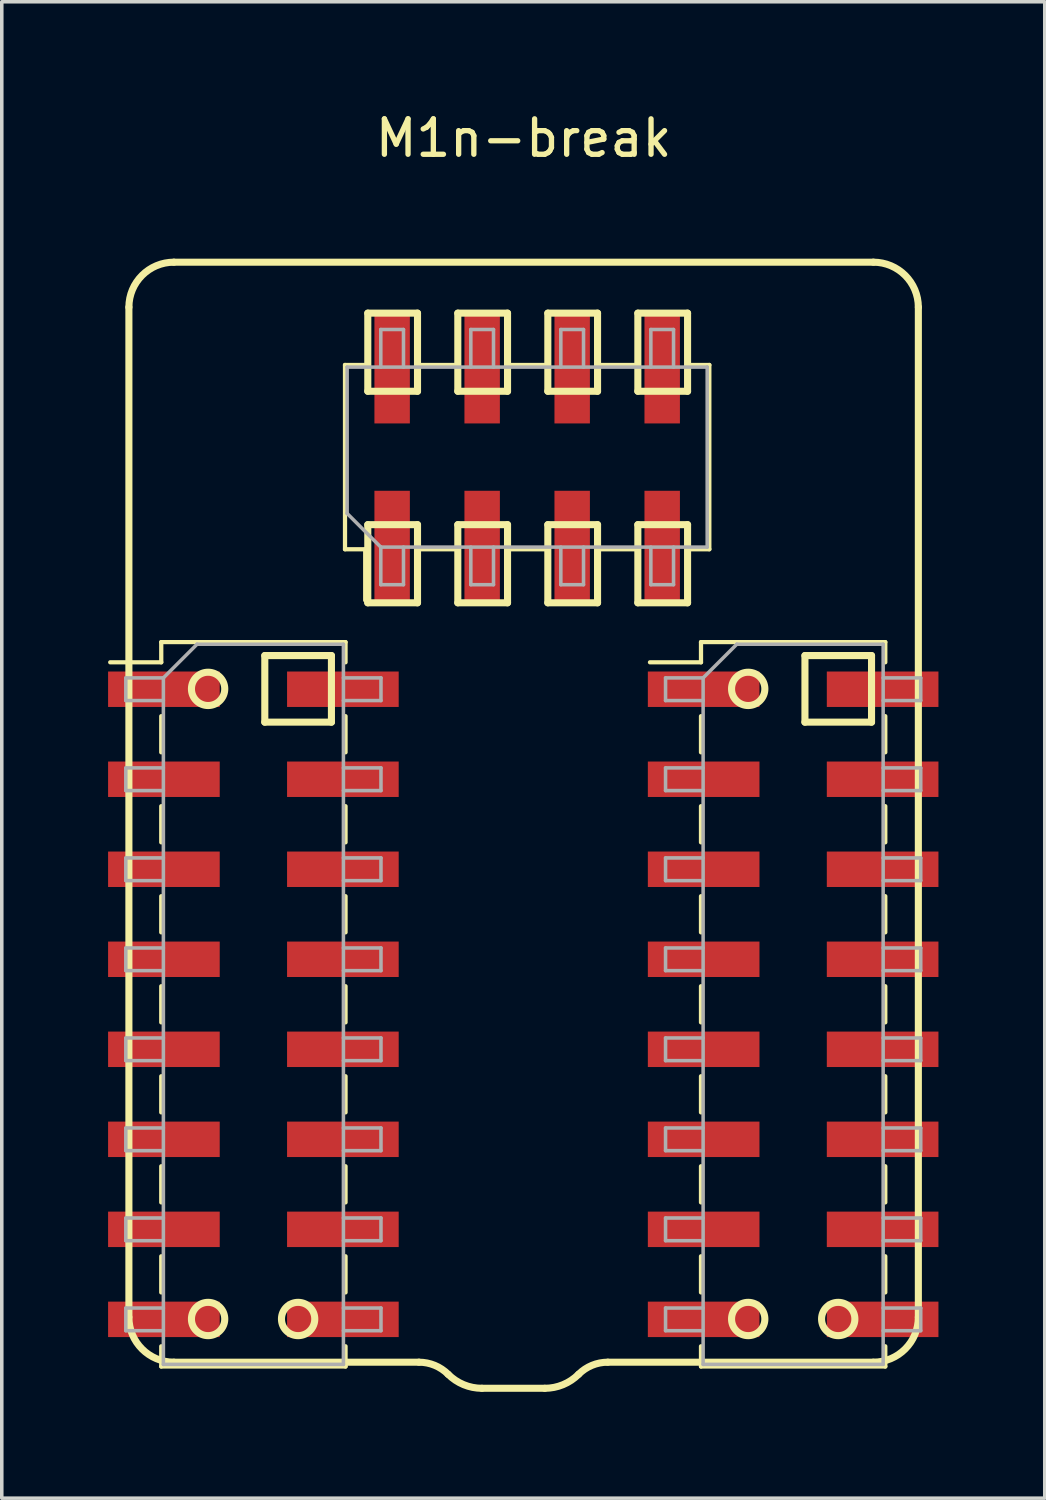
<source format=kicad_pcb>
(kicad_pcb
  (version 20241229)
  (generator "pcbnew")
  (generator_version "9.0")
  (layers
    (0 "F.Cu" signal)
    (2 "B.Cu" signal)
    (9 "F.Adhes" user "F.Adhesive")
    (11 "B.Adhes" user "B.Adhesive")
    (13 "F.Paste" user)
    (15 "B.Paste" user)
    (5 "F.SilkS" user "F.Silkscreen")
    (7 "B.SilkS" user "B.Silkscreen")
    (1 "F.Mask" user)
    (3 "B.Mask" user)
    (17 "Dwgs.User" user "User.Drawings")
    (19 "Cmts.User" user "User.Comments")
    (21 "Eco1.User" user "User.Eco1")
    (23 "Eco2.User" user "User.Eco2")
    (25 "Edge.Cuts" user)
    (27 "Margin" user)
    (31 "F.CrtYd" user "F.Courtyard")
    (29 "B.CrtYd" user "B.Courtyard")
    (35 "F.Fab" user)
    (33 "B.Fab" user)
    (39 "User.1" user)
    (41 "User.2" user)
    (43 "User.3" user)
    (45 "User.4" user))
  (footprint "M1n-break"
    (layer "F.Cu")
    (at 11.725 4.348)
    (property "Reference" "M1n-break" (at 0 -3.5 0) (unlocked yes) (layer "F.SilkS") (effects (font (size 1 1) (thickness 0.15))))
    (attr smd)
    (fp_line (start -11.665 11.29) (end -10.225 11.29) (stroke (width 0.12) (type solid)) (layer "F.SilkS"))
    (fp_line (start -11.138 1.27) (end -11.138 29.769) (stroke (width 0.2) (type solid)) (layer "F.SilkS"))
    (fp_line (start -10.225 10.72) (end -10.225 11.29) (stroke (width 0.12) (type solid)) (layer "F.SilkS"))
    (fp_line (start -10.225 10.72) (end -5.025 10.72) (stroke (width 0.12) (type solid)) (layer "F.SilkS"))
    (fp_line (start -10.225 12.81) (end -10.225 13.83) (stroke (width 0.12) (type solid)) (layer "F.SilkS"))
    (fp_line (start -10.225 15.35) (end -10.225 16.37) (stroke (width 0.12) (type solid)) (layer "F.SilkS"))
    (fp_line (start -10.225 17.89) (end -10.225 18.91) (stroke (width 0.12) (type solid)) (layer "F.SilkS"))
    (fp_line (start -10.225 20.43) (end -10.225 21.45) (stroke (width 0.12) (type solid)) (layer "F.SilkS"))
    (fp_line (start -10.225 22.97) (end -10.225 23.99) (stroke (width 0.12) (type solid)) (layer "F.SilkS"))
    (fp_line (start -10.225 25.51) (end -10.225 26.53) (stroke (width 0.12) (type solid)) (layer "F.SilkS"))
    (fp_line (start -10.225 28.05) (end -10.225 29.07) (stroke (width 0.12) (type solid)) (layer "F.SilkS"))
    (fp_line (start -10.225 30.59) (end -10.225 31.16) (stroke (width 0.12) (type solid)) (layer "F.SilkS"))
    (fp_line (start -10.225 31.16) (end -5.025 31.16) (stroke (width 0.12) (type solid)) (layer "F.SilkS"))
    (fp_line (start -7.303 11.1) (end -5.423 11.1) (stroke (width 0.2) (type solid)) (layer "F.SilkS"))
    (fp_line (start -7.303 12.979) (end -7.303 11.1) (stroke (width 0.2) (type solid)) (layer "F.SilkS"))
    (fp_line (start -5.423 11.1) (end -5.423 12.979) (stroke (width 0.2) (type solid)) (layer "F.SilkS"))
    (fp_line (start -5.423 12.979) (end -7.303 12.979) (stroke (width 0.2) (type solid)) (layer "F.SilkS"))
    (fp_line (start -5.04 2.9) (end -4.47 2.9) (stroke (width 0.12) (type solid)) (layer "F.SilkS"))
    (fp_line (start -5.04 8.1) (end -5.04 2.9) (stroke (width 0.12) (type solid)) (layer "F.SilkS"))
    (fp_line (start -5.04 8.1) (end -4.47 8.1) (stroke (width 0.12) (type solid)) (layer "F.SilkS"))
    (fp_line (start -5.025 10.72) (end -5.025 11.29) (stroke (width 0.12) (type solid)) (layer "F.SilkS"))
    (fp_line (start -5.025 12.81) (end -5.025 13.83) (stroke (width 0.12) (type solid)) (layer "F.SilkS"))
    (fp_line (start -5.025 15.35) (end -5.025 16.37) (stroke (width 0.12) (type solid)) (layer "F.SilkS"))
    (fp_line (start -5.025 17.89) (end -5.025 18.91) (stroke (width 0.12) (type solid)) (layer "F.SilkS"))
    (fp_line (start -5.025 20.43) (end -5.025 21.45) (stroke (width 0.12) (type solid)) (layer "F.SilkS"))
    (fp_line (start -5.025 22.97) (end -5.025 23.99) (stroke (width 0.12) (type solid)) (layer "F.SilkS"))
    (fp_line (start -5.025 25.51) (end -5.025 26.53) (stroke (width 0.12) (type solid)) (layer "F.SilkS"))
    (fp_line (start -5.025 28.05) (end -5.025 29.07) (stroke (width 0.12) (type solid)) (layer "F.SilkS"))
    (fp_line (start -5.025 30.59) (end -5.025 31.16) (stroke (width 0.12) (type solid)) (layer "F.SilkS"))
    (fp_line (start -4.47 9.54) (end -4.47 8.1) (stroke (width 0.12) (type solid)) (layer "F.SilkS"))
    (fp_line (start -4.397 1.438) (end -2.994 1.438) (stroke (width 0.2) (type solid)) (layer "F.SilkS"))
    (fp_line (start -4.397 3.642) (end -4.397 1.438) (stroke (width 0.2) (type solid)) (layer "F.SilkS"))
    (fp_line (start -4.397 7.407) (end -2.994 7.407) (stroke (width 0.2) (type solid)) (layer "F.SilkS"))
    (fp_line (start -4.397 9.611) (end -4.397 7.407) (stroke (width 0.2) (type solid)) (layer "F.SilkS"))
    (fp_line (start -2.994 1.438) (end -2.994 3.642) (stroke (width 0.2) (type solid)) (layer "F.SilkS"))
    (fp_line (start -2.994 3.642) (end -4.397 3.642) (stroke (width 0.2) (type solid)) (layer "F.SilkS"))
    (fp_line (start -2.994 7.407) (end -2.994 9.611) (stroke (width 0.2) (type solid)) (layer "F.SilkS"))
    (fp_line (start -2.994 9.611) (end -4.397 9.611) (stroke (width 0.2) (type solid)) (layer "F.SilkS"))
    (fp_line (start -2.954 31.039) (end -9.868 31.039) (stroke (width 0.2) (type solid)) (layer "F.SilkS"))
    (fp_line (start -2.95 2.9) (end -1.93 2.9) (stroke (width 0.12) (type solid)) (layer "F.SilkS"))
    (fp_line (start -2.95 8.1) (end -1.93 8.1) (stroke (width 0.12) (type solid)) (layer "F.SilkS"))
    (fp_line (start -1.857 1.438) (end -0.454 1.438) (stroke (width 0.2) (type solid)) (layer "F.SilkS"))
    (fp_line (start -1.857 3.642) (end -1.857 1.438) (stroke (width 0.2) (type solid)) (layer "F.SilkS"))
    (fp_line (start -1.857 7.407) (end -0.454 7.407) (stroke (width 0.2) (type solid)) (layer "F.SilkS"))
    (fp_line (start -1.857 9.611) (end -1.857 7.407) (stroke (width 0.2) (type solid)) (layer "F.SilkS"))
    (fp_line (start -0.454 1.438) (end -0.454 3.642) (stroke (width 0.2) (type solid)) (layer "F.SilkS"))
    (fp_line (start -0.454 3.642) (end -1.857 3.642) (stroke (width 0.2) (type solid)) (layer "F.SilkS"))
    (fp_line (start -0.454 7.407) (end -0.454 9.611) (stroke (width 0.2) (type solid)) (layer "F.SilkS"))
    (fp_line (start -0.454 9.611) (end -1.857 9.611) (stroke (width 0.2) (type solid)) (layer "F.SilkS"))
    (fp_line (start -0.41 2.9) (end 0.61 2.9) (stroke (width 0.12) (type solid)) (layer "F.SilkS"))
    (fp_line (start -0.41 8.1) (end 0.61 8.1) (stroke (width 0.12) (type solid)) (layer "F.SilkS"))
    (fp_line (start 0.597 31.775) (end -1.176 31.775) (stroke (width 0.2) (type solid)) (layer "F.SilkS"))
    (fp_line (start 0.683 1.438) (end 2.086 1.438) (stroke (width 0.2) (type solid)) (layer "F.SilkS"))
    (fp_line (start 0.683 3.642) (end 0.683 1.438) (stroke (width 0.2) (type solid)) (layer "F.SilkS"))
    (fp_line (start 0.683 7.407) (end 2.086 7.407) (stroke (width 0.2) (type solid)) (layer "F.SilkS"))
    (fp_line (start 0.683 9.611) (end 0.683 7.407) (stroke (width 0.2) (type solid)) (layer "F.SilkS"))
    (fp_line (start 2.086 1.438) (end 2.086 3.642) (stroke (width 0.2) (type solid)) (layer "F.SilkS"))
    (fp_line (start 2.086 3.642) (end 0.683 3.642) (stroke (width 0.2) (type solid)) (layer "F.SilkS"))
    (fp_line (start 2.086 7.407) (end 2.086 9.611) (stroke (width 0.2) (type solid)) (layer "F.SilkS"))
    (fp_line (start 2.086 9.611) (end 0.683 9.611) (stroke (width 0.2) (type solid)) (layer "F.SilkS"))
    (fp_line (start 2.13 2.9) (end 3.15 2.9) (stroke (width 0.12) (type solid)) (layer "F.SilkS"))
    (fp_line (start 2.13 8.1) (end 3.15 8.1) (stroke (width 0.12) (type solid)) (layer "F.SilkS"))
    (fp_line (start 3.223 1.438) (end 4.626 1.438) (stroke (width 0.2) (type solid)) (layer "F.SilkS"))
    (fp_line (start 3.223 3.642) (end 3.223 1.438) (stroke (width 0.2) (type solid)) (layer "F.SilkS"))
    (fp_line (start 3.223 7.407) (end 4.626 7.407) (stroke (width 0.2) (type solid)) (layer "F.SilkS"))
    (fp_line (start 3.223 9.611) (end 3.223 7.407) (stroke (width 0.2) (type solid)) (layer "F.SilkS"))
    (fp_line (start 3.565 11.29) (end 5.005 11.29) (stroke (width 0.12) (type solid)) (layer "F.SilkS"))
    (fp_line (start 4.626 1.438) (end 4.626 3.642) (stroke (width 0.2) (type solid)) (layer "F.SilkS"))
    (fp_line (start 4.626 3.642) (end 3.223 3.642) (stroke (width 0.2) (type solid)) (layer "F.SilkS"))
    (fp_line (start 4.626 7.407) (end 4.626 9.611) (stroke (width 0.2) (type solid)) (layer "F.SilkS"))
    (fp_line (start 4.626 9.611) (end 3.223 9.611) (stroke (width 0.2) (type solid)) (layer "F.SilkS"))
    (fp_line (start 4.67 2.9) (end 5.24 2.9) (stroke (width 0.12) (type solid)) (layer "F.SilkS"))
    (fp_line (start 4.67 8.1) (end 5.24 8.1) (stroke (width 0.12) (type solid)) (layer "F.SilkS"))
    (fp_line (start 5.005 10.72) (end 5.005 11.29) (stroke (width 0.12) (type solid)) (layer "F.SilkS"))
    (fp_line (start 5.005 10.72) (end 10.205 10.72) (stroke (width 0.12) (type solid)) (layer "F.SilkS"))
    (fp_line (start 5.005 12.81) (end 5.005 13.83) (stroke (width 0.12) (type solid)) (layer "F.SilkS"))
    (fp_line (start 5.005 15.35) (end 5.005 16.37) (stroke (width 0.12) (type solid)) (layer "F.SilkS"))
    (fp_line (start 5.005 17.89) (end 5.005 18.91) (stroke (width 0.12) (type solid)) (layer "F.SilkS"))
    (fp_line (start 5.005 20.43) (end 5.005 21.45) (stroke (width 0.12) (type solid)) (layer "F.SilkS"))
    (fp_line (start 5.005 22.97) (end 5.005 23.99) (stroke (width 0.12) (type solid)) (layer "F.SilkS"))
    (fp_line (start 5.005 25.51) (end 5.005 26.53) (stroke (width 0.12) (type solid)) (layer "F.SilkS"))
    (fp_line (start 5.005 28.05) (end 5.005 29.07) (stroke (width 0.12) (type solid)) (layer "F.SilkS"))
    (fp_line (start 5.005 30.59) (end 5.005 31.16) (stroke (width 0.12) (type solid)) (layer "F.SilkS"))
    (fp_line (start 5.005 31.16) (end 10.205 31.16) (stroke (width 0.12) (type solid)) (layer "F.SilkS"))
    (fp_line (start 5.24 8.1) (end 5.24 2.9) (stroke (width 0.12) (type solid)) (layer "F.SilkS"))
    (fp_line (start 7.938 11.1) (end 9.817 11.1) (stroke (width 0.2) (type solid)) (layer "F.SilkS"))
    (fp_line (start 7.938 12.979) (end 7.938 11.1) (stroke (width 0.2) (type solid)) (layer "F.SilkS"))
    (fp_line (start 9.817 11.1) (end 9.817 12.979) (stroke (width 0.2) (type solid)) (layer "F.SilkS"))
    (fp_line (start 9.817 12.979) (end 7.938 12.979) (stroke (width 0.2) (type solid)) (layer "F.SilkS"))
    (fp_line (start 9.868 -0.000001) (end -9.868 0.000002) (stroke (width 0.2) (type solid)) (layer "F.SilkS"))
    (fp_line (start 9.868 31.039) (end 2.375 31.039) (stroke (width 0.2) (type solid)) (layer "F.SilkS"))
    (fp_line (start 10.205 10.72) (end 10.205 11.29) (stroke (width 0.12) (type solid)) (layer "F.SilkS"))
    (fp_line (start 10.205 12.81) (end 10.205 13.83) (stroke (width 0.12) (type solid)) (layer "F.SilkS"))
    (fp_line (start 10.205 15.35) (end 10.205 16.37) (stroke (width 0.12) (type solid)) (layer "F.SilkS"))
    (fp_line (start 10.205 17.89) (end 10.205 18.91) (stroke (width 0.12) (type solid)) (layer "F.SilkS"))
    (fp_line (start 10.205 20.43) (end 10.205 21.45) (stroke (width 0.12) (type solid)) (layer "F.SilkS"))
    (fp_line (start 10.205 22.97) (end 10.205 23.99) (stroke (width 0.12) (type solid)) (layer "F.SilkS"))
    (fp_line (start 10.205 25.51) (end 10.205 26.53) (stroke (width 0.12) (type solid)) (layer "F.SilkS"))
    (fp_line (start 10.205 28.05) (end 10.205 29.07) (stroke (width 0.12) (type solid)) (layer "F.SilkS"))
    (fp_line (start 10.205 30.59) (end 10.205 31.16) (stroke (width 0.12) (type solid)) (layer "F.SilkS"))
    (fp_line (start 11.138 1.27) (end 11.138 29.769) (stroke (width 0.2) (type solid)) (layer "F.SilkS"))
    (fp_arc (start -11.1379 1.270002) (mid -10.765926 0.371976) (end -9.8679 0.000002) (stroke (width 0.2) (type solid)) (layer "F.SilkS"))
    (fp_arc (start -9.8679 31.038802) (mid -10.765926 30.666828) (end -11.1379 29.768802) (stroke (width 0.2) (type solid)) (layer "F.SilkS"))
    (fp_arc (start -2.953995 31.038802) (mid -2.508131 31.12749) (end -2.130146 31.380051) (stroke (width 0.2) (type solid)) (layer "F.SilkS"))
    (fp_arc (start -1.175685 31.775402) (mid -1.692236 31.672654) (end -2.130146 31.380051) (stroke (width 0.2) (type solid)) (layer "F.SilkS"))
    (fp_arc (start 1.551051 31.380051) (mid 1.113141 31.672654) (end 0.59659 31.775402) (stroke (width 0.2) (type solid)) (layer "F.SilkS"))
    (fp_arc (start 1.551051 31.380051) (mid 1.929036 31.127488) (end 2.3749 31.038802) (stroke (width 0.2) (type solid)) (layer "F.SilkS"))
    (fp_arc (start 9.8679 0.000002) (mid 10.765928 0.371975) (end 11.1379 1.270002) (stroke (width 0.2) (type solid)) (layer "F.SilkS"))
    (fp_arc (start 11.1379 29.768802) (mid 10.765925 30.666825) (end 9.8679 31.038802) (stroke (width 0.2) (type solid)) (layer "F.SilkS"))
    (fp_circle (center -8.903 12.04) (end -9.373 12.04) (stroke (width 0.2) (type solid)) (fill no) (layer "F.SilkS"))
    (fp_circle (center -8.903 29.82) (end -9.373 29.82) (stroke (width 0.2) (type solid)) (fill no) (layer "F.SilkS"))
    (fp_circle (center -6.363 29.82) (end -6.833 29.82) (stroke (width 0.2) (type solid)) (fill no) (layer "F.SilkS"))
    (fp_circle (center 6.337 12.04) (end 5.867 12.04) (stroke (width 0.2) (type solid)) (fill no) (layer "F.SilkS"))
    (fp_circle (center 6.337 29.82) (end 5.867 29.82) (stroke (width 0.2) (type solid)) (fill no) (layer "F.SilkS"))
    (fp_circle (center 8.877 29.82) (end 8.407 29.82) (stroke (width 0.2) (type solid)) (fill no) (layer "F.SilkS"))
    (fp_line (start -11.225 11.73) (end -11.225 12.37) (stroke (width 0.1) (type solid)) (layer "F.Fab"))
    (fp_line (start -11.225 12.37) (end -10.165 12.37) (stroke (width 0.1) (type solid)) (layer "F.Fab"))
    (fp_line (start -11.225 14.27) (end -11.225 14.91) (stroke (width 0.1) (type solid)) (layer "F.Fab"))
    (fp_line (start -11.225 14.91) (end -10.165 14.91) (stroke (width 0.1) (type solid)) (layer "F.Fab"))
    (fp_line (start -11.225 16.81) (end -11.225 17.45) (stroke (width 0.1) (type solid)) (layer "F.Fab"))
    (fp_line (start -11.225 17.45) (end -10.165 17.45) (stroke (width 0.1) (type solid)) (layer "F.Fab"))
    (fp_line (start -11.225 19.35) (end -11.225 19.99) (stroke (width 0.1) (type solid)) (layer "F.Fab"))
    (fp_line (start -11.225 19.99) (end -10.165 19.99) (stroke (width 0.1) (type solid)) (layer "F.Fab"))
    (fp_line (start -11.225 21.89) (end -11.225 22.53) (stroke (width 0.1) (type solid)) (layer "F.Fab"))
    (fp_line (start -11.225 22.53) (end -10.165 22.53) (stroke (width 0.1) (type solid)) (layer "F.Fab"))
    (fp_line (start -11.225 24.43) (end -11.225 25.07) (stroke (width 0.1) (type solid)) (layer "F.Fab"))
    (fp_line (start -11.225 25.07) (end -10.165 25.07) (stroke (width 0.1) (type solid)) (layer "F.Fab"))
    (fp_line (start -11.225 26.97) (end -11.225 27.61) (stroke (width 0.1) (type solid)) (layer "F.Fab"))
    (fp_line (start -11.225 27.61) (end -10.165 27.61) (stroke (width 0.1) (type solid)) (layer "F.Fab"))
    (fp_line (start -11.225 29.51) (end -11.225 30.15) (stroke (width 0.1) (type solid)) (layer "F.Fab"))
    (fp_line (start -11.225 30.15) (end -10.165 30.15) (stroke (width 0.1) (type solid)) (layer "F.Fab"))
    (fp_line (start -10.165 11.73) (end -11.225 11.73) (stroke (width 0.1) (type solid)) (layer "F.Fab"))
    (fp_line (start -10.165 11.73) (end -9.215 10.78) (stroke (width 0.1) (type solid)) (layer "F.Fab"))
    (fp_line (start -10.165 14.27) (end -11.225 14.27) (stroke (width 0.1) (type solid)) (layer "F.Fab"))
    (fp_line (start -10.165 16.81) (end -11.225 16.81) (stroke (width 0.1) (type solid)) (layer "F.Fab"))
    (fp_line (start -10.165 19.35) (end -11.225 19.35) (stroke (width 0.1) (type solid)) (layer "F.Fab"))
    (fp_line (start -10.165 21.89) (end -11.225 21.89) (stroke (width 0.1) (type solid)) (layer "F.Fab"))
    (fp_line (start -10.165 24.43) (end -11.225 24.43) (stroke (width 0.1) (type solid)) (layer "F.Fab"))
    (fp_line (start -10.165 26.97) (end -11.225 26.97) (stroke (width 0.1) (type solid)) (layer "F.Fab"))
    (fp_line (start -10.165 29.51) (end -11.225 29.51) (stroke (width 0.1) (type solid)) (layer "F.Fab"))
    (fp_line (start -10.165 31.1) (end -10.165 11.73) (stroke (width 0.1) (type solid)) (layer "F.Fab"))
    (fp_line (start -9.215 10.78) (end -5.085 10.78) (stroke (width 0.1) (type solid)) (layer "F.Fab"))
    (fp_line (start -5.085 10.78) (end -5.085 31.1) (stroke (width 0.1) (type solid)) (layer "F.Fab"))
    (fp_line (start -5.085 11.73) (end -4.025 11.73) (stroke (width 0.1) (type solid)) (layer "F.Fab"))
    (fp_line (start -5.085 14.27) (end -4.025 14.27) (stroke (width 0.1) (type solid)) (layer "F.Fab"))
    (fp_line (start -5.085 16.81) (end -4.025 16.81) (stroke (width 0.1) (type solid)) (layer "F.Fab"))
    (fp_line (start -5.085 19.35) (end -4.025 19.35) (stroke (width 0.1) (type solid)) (layer "F.Fab"))
    (fp_line (start -5.085 21.89) (end -4.025 21.89) (stroke (width 0.1) (type solid)) (layer "F.Fab"))
    (fp_line (start -5.085 24.43) (end -4.025 24.43) (stroke (width 0.1) (type solid)) (layer "F.Fab"))
    (fp_line (start -5.085 26.97) (end -4.025 26.97) (stroke (width 0.1) (type solid)) (layer "F.Fab"))
    (fp_line (start -5.085 29.51) (end -4.025 29.51) (stroke (width 0.1) (type solid)) (layer "F.Fab"))
    (fp_line (start -5.085 31.1) (end -10.165 31.1) (stroke (width 0.1) (type solid)) (layer "F.Fab"))
    (fp_line (start -4.98 2.96) (end 5.18 2.96) (stroke (width 0.1) (type solid)) (layer "F.Fab"))
    (fp_line (start -4.98 7.09) (end -4.98 2.96) (stroke (width 0.1) (type solid)) (layer "F.Fab"))
    (fp_line (start -4.03 1.9) (end -3.39 1.9) (stroke (width 0.1) (type solid)) (layer "F.Fab"))
    (fp_line (start -4.03 2.96) (end -4.03 1.9) (stroke (width 0.1) (type solid)) (layer "F.Fab"))
    (fp_line (start -4.03 8.04) (end -4.98 7.09) (stroke (width 0.1) (type solid)) (layer "F.Fab"))
    (fp_line (start -4.03 8.04) (end -4.03 9.1) (stroke (width 0.1) (type solid)) (layer "F.Fab"))
    (fp_line (start -4.03 9.1) (end -3.39 9.1) (stroke (width 0.1) (type solid)) (layer "F.Fab"))
    (fp_line (start -4.025 11.73) (end -4.025 12.37) (stroke (width 0.1) (type solid)) (layer "F.Fab"))
    (fp_line (start -4.025 12.37) (end -5.085 12.37) (stroke (width 0.1) (type solid)) (layer "F.Fab"))
    (fp_line (start -4.025 14.27) (end -4.025 14.91) (stroke (width 0.1) (type solid)) (layer "F.Fab"))
    (fp_line (start -4.025 14.91) (end -5.085 14.91) (stroke (width 0.1) (type solid)) (layer "F.Fab"))
    (fp_line (start -4.025 16.81) (end -4.025 17.45) (stroke (width 0.1) (type solid)) (layer "F.Fab"))
    (fp_line (start -4.025 17.45) (end -5.085 17.45) (stroke (width 0.1) (type solid)) (layer "F.Fab"))
    (fp_line (start -4.025 19.35) (end -4.025 19.99) (stroke (width 0.1) (type solid)) (layer "F.Fab"))
    (fp_line (start -4.025 19.99) (end -5.085 19.99) (stroke (width 0.1) (type solid)) (layer "F.Fab"))
    (fp_line (start -4.025 21.89) (end -4.025 22.53) (stroke (width 0.1) (type solid)) (layer "F.Fab"))
    (fp_line (start -4.025 22.53) (end -5.085 22.53) (stroke (width 0.1) (type solid)) (layer "F.Fab"))
    (fp_line (start -4.025 24.43) (end -4.025 25.07) (stroke (width 0.1) (type solid)) (layer "F.Fab"))
    (fp_line (start -4.025 25.07) (end -5.085 25.07) (stroke (width 0.1) (type solid)) (layer "F.Fab"))
    (fp_line (start -4.025 26.97) (end -4.025 27.61) (stroke (width 0.1) (type solid)) (layer "F.Fab"))
    (fp_line (start -4.025 27.61) (end -5.085 27.61) (stroke (width 0.1) (type solid)) (layer "F.Fab"))
    (fp_line (start -4.025 29.51) (end -4.025 30.15) (stroke (width 0.1) (type solid)) (layer "F.Fab"))
    (fp_line (start -4.025 30.15) (end -5.085 30.15) (stroke (width 0.1) (type solid)) (layer "F.Fab"))
    (fp_line (start -3.39 1.9) (end -3.39 2.96) (stroke (width 0.1) (type solid)) (layer "F.Fab"))
    (fp_line (start -3.39 9.1) (end -3.39 8.04) (stroke (width 0.1) (type solid)) (layer "F.Fab"))
    (fp_line (start -1.49 1.9) (end -0.85 1.9) (stroke (width 0.1) (type solid)) (layer "F.Fab"))
    (fp_line (start -1.49 2.96) (end -1.49 1.9) (stroke (width 0.1) (type solid)) (layer "F.Fab"))
    (fp_line (start -1.49 8.04) (end -1.49 9.1) (stroke (width 0.1) (type solid)) (layer "F.Fab"))
    (fp_line (start -1.49 9.1) (end -0.85 9.1) (stroke (width 0.1) (type solid)) (layer "F.Fab"))
    (fp_line (start -0.85 1.9) (end -0.85 2.96) (stroke (width 0.1) (type solid)) (layer "F.Fab"))
    (fp_line (start -0.85 9.1) (end -0.85 8.04) (stroke (width 0.1) (type solid)) (layer "F.Fab"))
    (fp_line (start 1.05 1.9) (end 1.69 1.9) (stroke (width 0.1) (type solid)) (layer "F.Fab"))
    (fp_line (start 1.05 2.96) (end 1.05 1.9) (stroke (width 0.1) (type solid)) (layer "F.Fab"))
    (fp_line (start 1.05 8.04) (end 1.05 9.1) (stroke (width 0.1) (type solid)) (layer "F.Fab"))
    (fp_line (start 1.05 9.1) (end 1.69 9.1) (stroke (width 0.1) (type solid)) (layer "F.Fab"))
    (fp_line (start 1.69 1.9) (end 1.69 2.96) (stroke (width 0.1) (type solid)) (layer "F.Fab"))
    (fp_line (start 1.69 9.1) (end 1.69 8.04) (stroke (width 0.1) (type solid)) (layer "F.Fab"))
    (fp_line (start 3.59 1.9) (end 4.23 1.9) (stroke (width 0.1) (type solid)) (layer "F.Fab"))
    (fp_line (start 3.59 2.96) (end 3.59 1.9) (stroke (width 0.1) (type solid)) (layer "F.Fab"))
    (fp_line (start 3.59 8.04) (end 3.59 9.1) (stroke (width 0.1) (type solid)) (layer "F.Fab"))
    (fp_line (start 3.59 9.1) (end 4.23 9.1) (stroke (width 0.1) (type solid)) (layer "F.Fab"))
    (fp_line (start 4.005 11.73) (end 4.005 12.37) (stroke (width 0.1) (type solid)) (layer "F.Fab"))
    (fp_line (start 4.005 12.37) (end 5.065 12.37) (stroke (width 0.1) (type solid)) (layer "F.Fab"))
    (fp_line (start 4.005 14.27) (end 4.005 14.91) (stroke (width 0.1) (type solid)) (layer "F.Fab"))
    (fp_line (start 4.005 14.91) (end 5.065 14.91) (stroke (width 0.1) (type solid)) (layer "F.Fab"))
    (fp_line (start 4.005 16.81) (end 4.005 17.45) (stroke (width 0.1) (type solid)) (layer "F.Fab"))
    (fp_line (start 4.005 17.45) (end 5.065 17.45) (stroke (width 0.1) (type solid)) (layer "F.Fab"))
    (fp_line (start 4.005 19.35) (end 4.005 19.99) (stroke (width 0.1) (type solid)) (layer "F.Fab"))
    (fp_line (start 4.005 19.99) (end 5.065 19.99) (stroke (width 0.1) (type solid)) (layer "F.Fab"))
    (fp_line (start 4.005 21.89) (end 4.005 22.53) (stroke (width 0.1) (type solid)) (layer "F.Fab"))
    (fp_line (start 4.005 22.53) (end 5.065 22.53) (stroke (width 0.1) (type solid)) (layer "F.Fab"))
    (fp_line (start 4.005 24.43) (end 4.005 25.07) (stroke (width 0.1) (type solid)) (layer "F.Fab"))
    (fp_line (start 4.005 25.07) (end 5.065 25.07) (stroke (width 0.1) (type solid)) (layer "F.Fab"))
    (fp_line (start 4.005 26.97) (end 4.005 27.61) (stroke (width 0.1) (type solid)) (layer "F.Fab"))
    (fp_line (start 4.005 27.61) (end 5.065 27.61) (stroke (width 0.1) (type solid)) (layer "F.Fab"))
    (fp_line (start 4.005 29.51) (end 4.005 30.15) (stroke (width 0.1) (type solid)) (layer "F.Fab"))
    (fp_line (start 4.005 30.15) (end 5.065 30.15) (stroke (width 0.1) (type solid)) (layer "F.Fab"))
    (fp_line (start 4.23 1.9) (end 4.23 2.96) (stroke (width 0.1) (type solid)) (layer "F.Fab"))
    (fp_line (start 4.23 9.1) (end 4.23 8.04) (stroke (width 0.1) (type solid)) (layer "F.Fab"))
    (fp_line (start 5.065 11.73) (end 4.005 11.73) (stroke (width 0.1) (type solid)) (layer "F.Fab"))
    (fp_line (start 5.065 11.73) (end 6.015 10.78) (stroke (width 0.1) (type solid)) (layer "F.Fab"))
    (fp_line (start 5.065 14.27) (end 4.005 14.27) (stroke (width 0.1) (type solid)) (layer "F.Fab"))
    (fp_line (start 5.065 16.81) (end 4.005 16.81) (stroke (width 0.1) (type solid)) (layer "F.Fab"))
    (fp_line (start 5.065 19.35) (end 4.005 19.35) (stroke (width 0.1) (type solid)) (layer "F.Fab"))
    (fp_line (start 5.065 21.89) (end 4.005 21.89) (stroke (width 0.1) (type solid)) (layer "F.Fab"))
    (fp_line (start 5.065 24.43) (end 4.005 24.43) (stroke (width 0.1) (type solid)) (layer "F.Fab"))
    (fp_line (start 5.065 26.97) (end 4.005 26.97) (stroke (width 0.1) (type solid)) (layer "F.Fab"))
    (fp_line (start 5.065 29.51) (end 4.005 29.51) (stroke (width 0.1) (type solid)) (layer "F.Fab"))
    (fp_line (start 5.065 31.1) (end 5.065 11.73) (stroke (width 0.1) (type solid)) (layer "F.Fab"))
    (fp_line (start 5.18 2.96) (end 5.18 8.04) (stroke (width 0.1) (type solid)) (layer "F.Fab"))
    (fp_line (start 5.18 8.04) (end -4.03 8.04) (stroke (width 0.1) (type solid)) (layer "F.Fab"))
    (fp_line (start 6.015 10.78) (end 10.145 10.78) (stroke (width 0.1) (type solid)) (layer "F.Fab"))
    (fp_line (start 10.145 10.78) (end 10.145 31.1) (stroke (width 0.1) (type solid)) (layer "F.Fab"))
    (fp_line (start 10.145 11.73) (end 11.205 11.73) (stroke (width 0.1) (type solid)) (layer "F.Fab"))
    (fp_line (start 10.145 14.27) (end 11.205 14.27) (stroke (width 0.1) (type solid)) (layer "F.Fab"))
    (fp_line (start 10.145 16.81) (end 11.205 16.81) (stroke (width 0.1) (type solid)) (layer "F.Fab"))
    (fp_line (start 10.145 19.35) (end 11.205 19.35) (stroke (width 0.1) (type solid)) (layer "F.Fab"))
    (fp_line (start 10.145 21.89) (end 11.205 21.89) (stroke (width 0.1) (type solid)) (layer "F.Fab"))
    (fp_line (start 10.145 24.43) (end 11.205 24.43) (stroke (width 0.1) (type solid)) (layer "F.Fab"))
    (fp_line (start 10.145 26.97) (end 11.205 26.97) (stroke (width 0.1) (type solid)) (layer "F.Fab"))
    (fp_line (start 10.145 29.51) (end 11.205 29.51) (stroke (width 0.1) (type solid)) (layer "F.Fab"))
    (fp_line (start 10.145 31.1) (end 5.065 31.1) (stroke (width 0.1) (type solid)) (layer "F.Fab"))
    (fp_line (start 11.205 11.73) (end 11.205 12.37) (stroke (width 0.1) (type solid)) (layer "F.Fab"))
    (fp_line (start 11.205 12.37) (end 10.145 12.37) (stroke (width 0.1) (type solid)) (layer "F.Fab"))
    (fp_line (start 11.205 14.27) (end 11.205 14.91) (stroke (width 0.1) (type solid)) (layer "F.Fab"))
    (fp_line (start 11.205 14.91) (end 10.145 14.91) (stroke (width 0.1) (type solid)) (layer "F.Fab"))
    (fp_line (start 11.205 16.81) (end 11.205 17.45) (stroke (width 0.1) (type solid)) (layer "F.Fab"))
    (fp_line (start 11.205 17.45) (end 10.145 17.45) (stroke (width 0.1) (type solid)) (layer "F.Fab"))
    (fp_line (start 11.205 19.35) (end 11.205 19.99) (stroke (width 0.1) (type solid)) (layer "F.Fab"))
    (fp_line (start 11.205 19.99) (end 10.145 19.99) (stroke (width 0.1) (type solid)) (layer "F.Fab"))
    (fp_line (start 11.205 21.89) (end 11.205 22.53) (stroke (width 0.1) (type solid)) (layer "F.Fab"))
    (fp_line (start 11.205 22.53) (end 10.145 22.53) (stroke (width 0.1) (type solid)) (layer "F.Fab"))
    (fp_line (start 11.205 24.43) (end 11.205 25.07) (stroke (width 0.1) (type solid)) (layer "F.Fab"))
    (fp_line (start 11.205 25.07) (end 10.145 25.07) (stroke (width 0.1) (type solid)) (layer "F.Fab"))
    (fp_line (start 11.205 26.97) (end 11.205 27.61) (stroke (width 0.1) (type solid)) (layer "F.Fab"))
    (fp_line (start 11.205 27.61) (end 10.145 27.61) (stroke (width 0.1) (type solid)) (layer "F.Fab"))
    (fp_line (start 11.205 29.51) (end 11.205 30.15) (stroke (width 0.1) (type solid)) (layer "F.Fab"))
    (fp_line (start 11.205 30.15) (end 10.145 30.15) (stroke (width 0.1) (type solid)) (layer "F.Fab"))
    (pad "1" smd rect (at -10.15 29.83) (size 3.15 1) (layers "F.Cu" "F.Mask" "F.Paste"))
    (pad "2" smd rect (at -5.1 29.83) (size 3.15 1) (layers "F.Cu" "F.Mask" "F.Paste"))
    (pad "3" smd rect (at -10.15 27.29) (size 3.15 1) (layers "F.Cu" "F.Mask" "F.Paste"))
    (pad "4" smd rect (at -5.1 27.29) (size 3.15 1) (layers "F.Cu" "F.Mask" "F.Paste"))
    (pad "5" smd rect (at -10.15 24.75) (size 3.15 1) (layers "F.Cu" "F.Mask" "F.Paste"))
    (pad "6" smd rect (at -5.1 24.75) (size 3.15 1) (layers "F.Cu" "F.Mask" "F.Paste"))
    (pad "7" smd rect (at -10.15 22.21) (size 3.15 1) (layers "F.Cu" "F.Mask" "F.Paste"))
    (pad "8" smd rect (at -5.1 22.21) (size 3.15 1) (layers "F.Cu" "F.Mask" "F.Paste"))
    (pad "9" smd rect (at -10.15 19.67) (size 3.15 1) (layers "F.Cu" "F.Mask" "F.Paste"))
    (pad "10" smd rect (at -5.1 19.67) (size 3.15 1) (layers "F.Cu" "F.Mask" "F.Paste"))
    (pad "11" smd rect (at -10.15 17.13) (size 3.15 1) (layers "F.Cu" "F.Mask" "F.Paste"))
    (pad "12" smd rect (at -5.1 17.13) (size 3.15 1) (layers "F.Cu" "F.Mask" "F.Paste"))
    (pad "13" smd rect (at -10.15 14.59) (size 3.15 1) (layers "F.Cu" "F.Mask" "F.Paste"))
    (pad "14" smd rect (at -5.1 14.59) (size 3.15 1) (layers "F.Cu" "F.Mask" "F.Paste"))
    (pad "15" smd rect (at -10.15 12.05) (size 3.15 1) (layers "F.Cu" "F.Mask" "F.Paste"))
    (pad "16" smd rect (at -5.1 12.05) (size 3.15 1) (layers "F.Cu" "F.Mask" "F.Paste"))
    (pad "17" smd rect (at -3.71 8.025 90) (size 3.15 1) (layers "F.Cu" "F.Mask" "F.Paste"))
    (pad "18" smd rect (at -3.71 2.975 90) (size 3.15 1) (layers "F.Cu" "F.Mask" "F.Paste"))
    (pad "19" smd rect (at -1.17 8.025 90) (size 3.15 1) (layers "F.Cu" "F.Mask" "F.Paste"))
    (pad "20" smd rect (at -1.17 2.975 90) (size 3.15 1) (layers "F.Cu" "F.Mask" "F.Paste"))
    (pad "21" smd rect (at 1.37 8.025 90) (size 3.15 1) (layers "F.Cu" "F.Mask" "F.Paste"))
    (pad "22" smd rect (at 1.37 2.975 90) (size 3.15 1) (layers "F.Cu" "F.Mask" "F.Paste"))
    (pad "23" smd rect (at 3.91 8.025 90) (size 3.15 1) (layers "F.Cu" "F.Mask" "F.Paste"))
    (pad "24" smd rect (at 3.91 2.975 90) (size 3.15 1) (layers "F.Cu" "F.Mask" "F.Paste"))
    (pad "25" smd rect (at 10.13 12.05) (size 3.15 1) (layers "F.Cu" "F.Mask" "F.Paste"))
    (pad "26" smd rect (at 5.08 12.05) (size 3.15 1) (layers "F.Cu" "F.Mask" "F.Paste"))
    (pad "27" smd rect (at 10.13 14.59) (size 3.15 1) (layers "F.Cu" "F.Mask" "F.Paste"))
    (pad "28" smd rect (at 5.08 14.59) (size 3.15 1) (layers "F.Cu" "F.Mask" "F.Paste"))
    (pad "29" smd rect (at 10.13 17.13) (size 3.15 1) (layers "F.Cu" "F.Mask" "F.Paste"))
    (pad "30" smd rect (at 5.08 17.13) (size 3.15 1) (layers "F.Cu" "F.Mask" "F.Paste"))
    (pad "31" smd rect (at 10.13 19.67) (size 3.15 1) (layers "F.Cu" "F.Mask" "F.Paste"))
    (pad "32" smd rect (at 5.08 19.67) (size 3.15 1) (layers "F.Cu" "F.Mask" "F.Paste"))
    (pad "33" smd rect (at 10.13 22.21) (size 3.15 1) (layers "F.Cu" "F.Mask" "F.Paste"))
    (pad "34" smd rect (at 5.08 22.21) (size 3.15 1) (layers "F.Cu" "F.Mask" "F.Paste"))
    (pad "35" smd rect (at 10.13 24.75) (size 3.15 1) (layers "F.Cu" "F.Mask" "F.Paste"))
    (pad "36" smd rect (at 5.08 24.75) (size 3.15 1) (layers "F.Cu" "F.Mask" "F.Paste"))
    (pad "37" smd rect (at 10.13 27.29) (size 3.15 1) (layers "F.Cu" "F.Mask" "F.Paste"))
    (pad "38" smd rect (at 5.08 27.29) (size 3.15 1) (layers "F.Cu" "F.Mask" "F.Paste"))
    (pad "39" smd rect (at 10.13 29.83) (size 3.15 1) (layers "F.Cu" "F.Mask" "F.Paste"))
    (pad "40" smd rect (at 5.08 29.83) (size 3.15 1) (layers "F.Cu" "F.Mask" "F.Paste")))
  (gr_rect
    (start -3 -3)
    (end 26.43 39.224)
    (stroke (width 0.1) (type default))
    (fill no)
    (layer "Edge.Cuts")))
</source>
